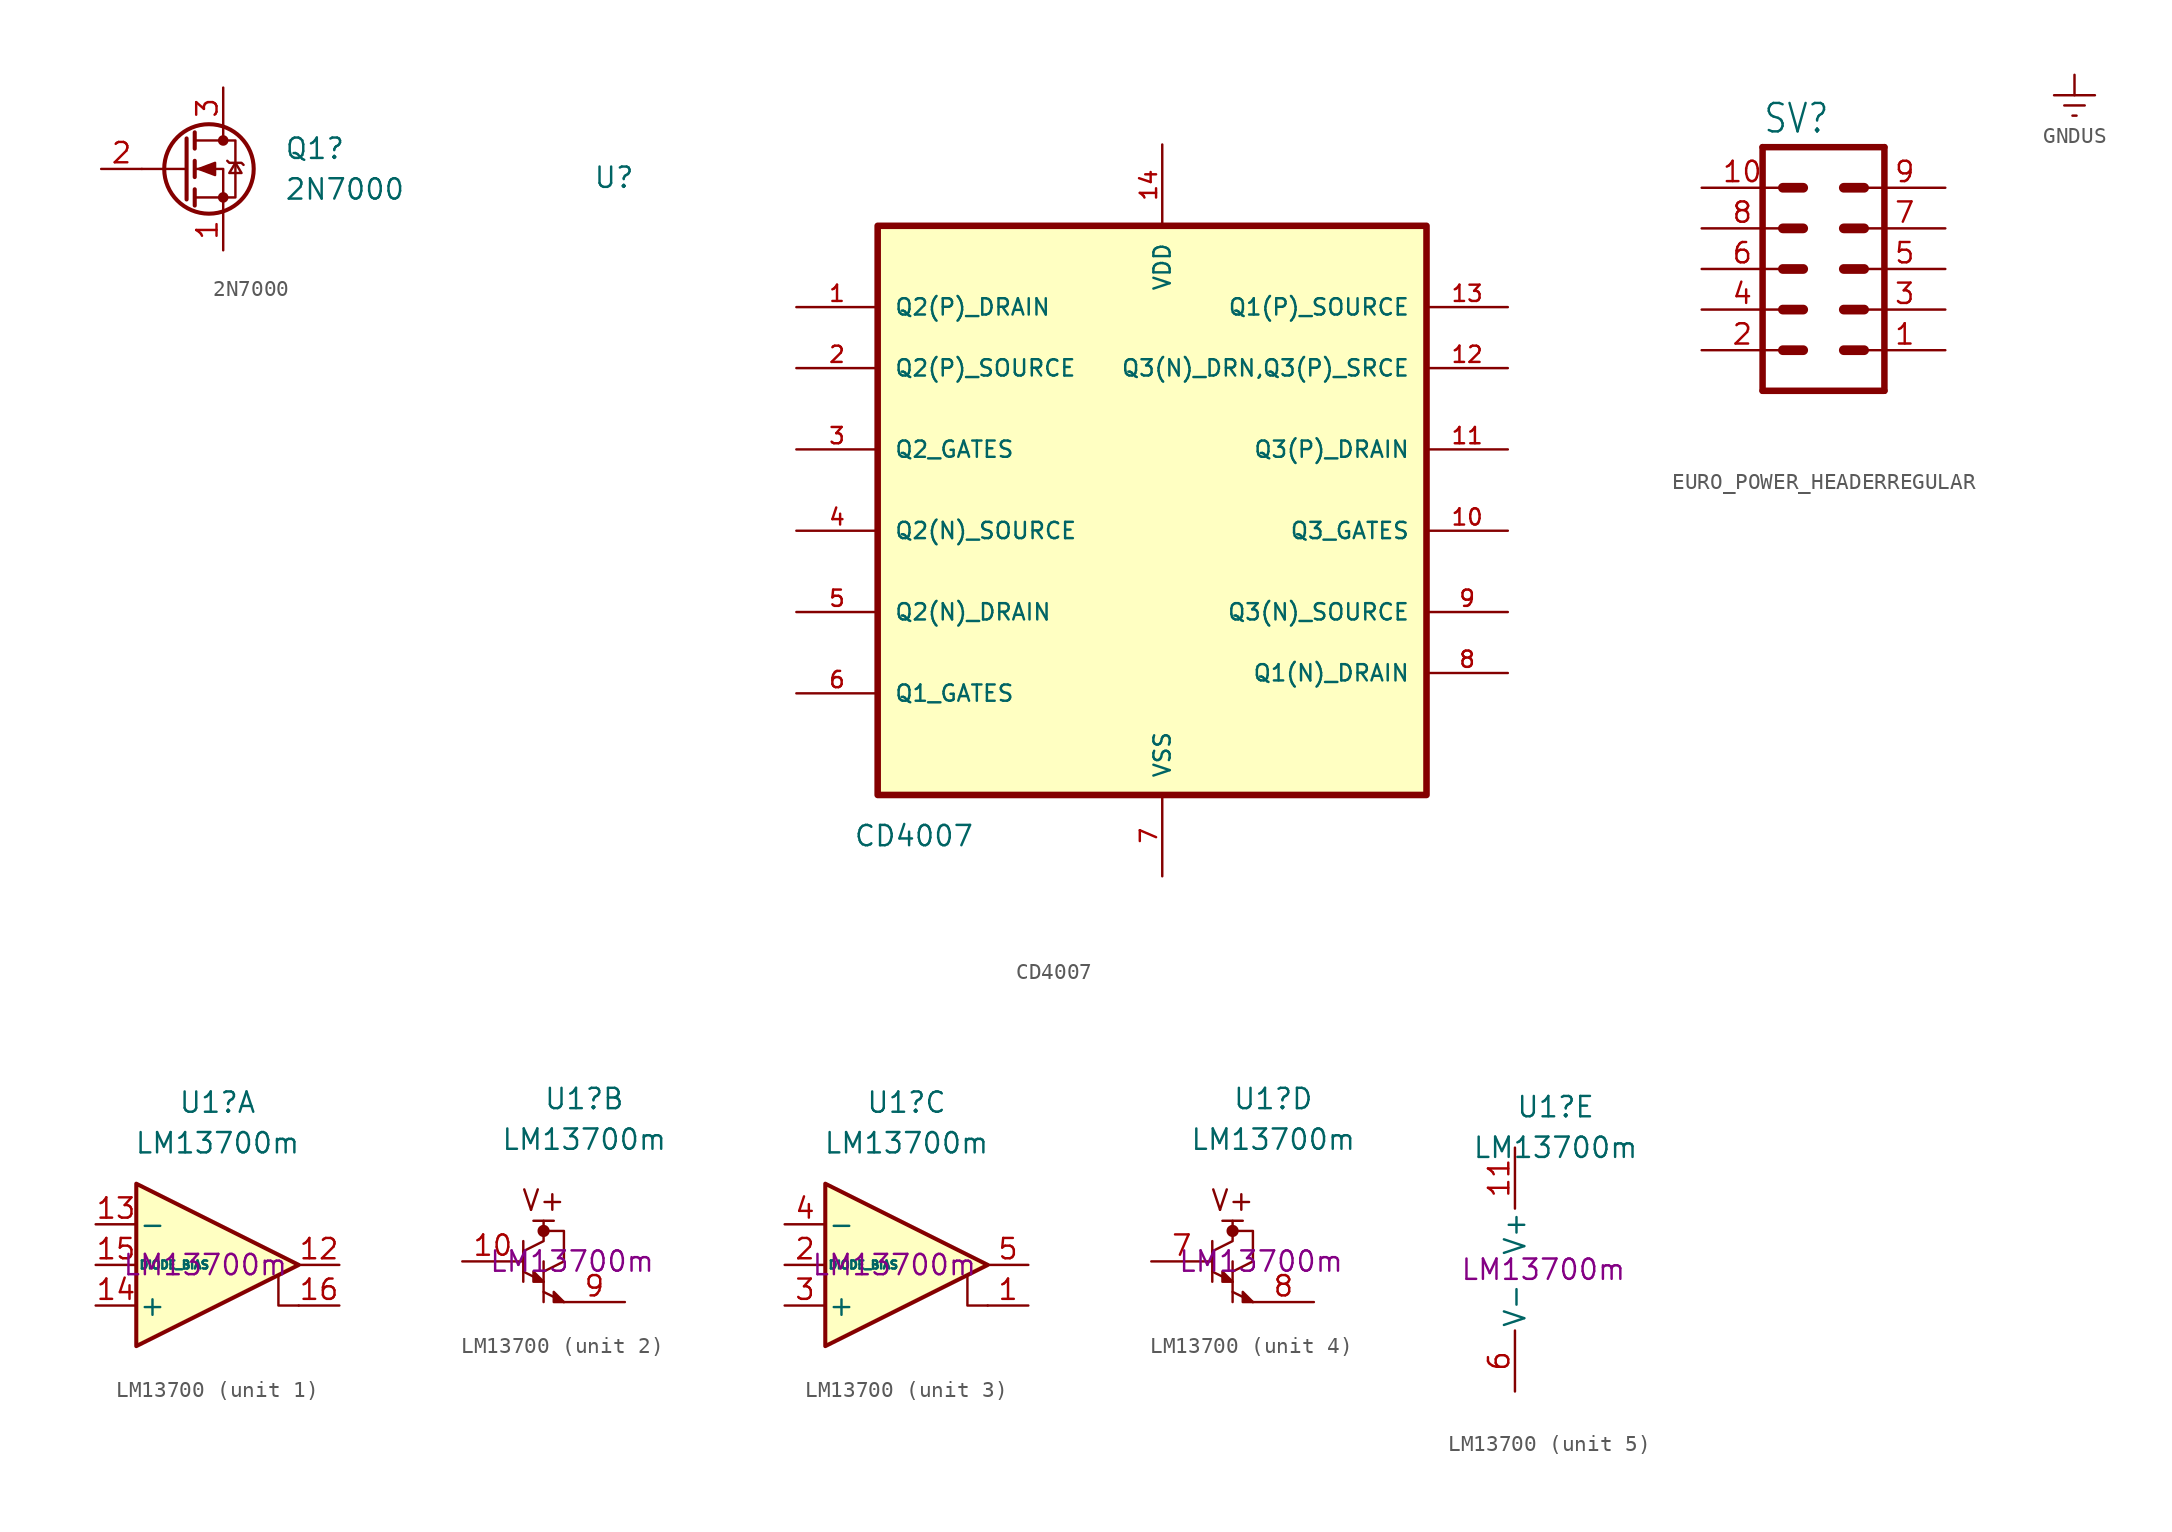
<source format=kicad_sym>
(kicad_symbol_lib
  (version 20241209)
  (generator "kicad_symbol_editor")
  (generator_version "9.0")
  (symbol "2N7000"
    (pin_names
      (hide yes))
    (property "Reference" "Q1"
      (at 6.35 1.27 0)
      (effects (font (size 1.27 1.27)) (justify left)))
    (property "Value" "2N7000"
      (at 6.35 -1.27 0)
      (effects (font (size 1.27 1.27)) (justify left)))
    (symbol "2N7000_0_1"
      (polyline (pts (xy 0.254 1.905) (xy 0.254 -1.905)) (stroke (width 0.254) (type default)) (fill (type none)))
      (polyline (pts (xy 0.254 0) (xy -2.54 0)) (stroke (width 0) (type default)) (fill (type none)))
      (polyline (pts (xy 0.762 2.286) (xy 0.762 1.27)) (stroke (width 0.254) (type default)) (fill (type none)))
      (polyline (pts (xy 0.762 0.508) (xy 0.762 -0.508)) (stroke (width 0.254) (type default)) (fill (type none)))
      (polyline (pts (xy 0.762 -1.27) (xy 0.762 -2.286)) (stroke (width 0.254) (type default)) (fill (type none)))
      (polyline (pts (xy 0.762 -1.778) (xy 3.302 -1.778) (xy 3.302 1.778) (xy 0.762 1.778)) (stroke (width 0) (type default)) (fill (type none)))
      (polyline (pts (xy 1.016 0) (xy 2.032 0.381) (xy 2.032 -0.381) (xy 1.016 0)) (stroke (width 0) (type default)) (fill (type outline)))
      (circle (center 1.651 0) (radius 2.794) (stroke (width 0.254) (type default)) (fill (type none)))
      (polyline (pts (xy 2.54 2.54) (xy 2.54 1.778)) (stroke (width 0) (type default)) (fill (type none)))
      (circle (center 2.54 1.778) (radius 0.254) (stroke (width 0) (type default)) (fill (type outline)))
      (circle (center 2.54 -1.778) (radius 0.254) (stroke (width 0) (type default)) (fill (type outline)))
      (polyline (pts (xy 2.54 -2.54) (xy 2.54 0) (xy 0.762 0)) (stroke (width 0) (type default)) (fill (type none)))
      (polyline (pts (xy 2.794 0.508) (xy 2.921 0.381) (xy 3.683 0.381) (xy 3.81 0.254)) (stroke (width 0) (type default)) (fill (type none)))
      (polyline (pts (xy 3.302 0.381) (xy 2.921 -0.254) (xy 3.683 -0.254) (xy 3.302 0.381)) (stroke (width 0) (type default)) (fill (type none))))
    (symbol "2N7000_1_1"
      (pin input line (at -5.08 0 0) (length 2.54) (name "G" (effects (font (size 1.27 1.27)))) (number "2" (effects (font (size 1.27 1.27)))))
      (pin passive line (at 2.54 5.08 270) (length 2.54) (name "D" (effects (font (size 1.27 1.27)))) (number "3" (effects (font (size 1.27 1.27)))))
      (pin passive line (at 2.54 -5.08 90) (length 2.54) (name "S" (effects (font (size 1.27 1.27)))) (number "1" (effects (font (size 1.27 1.27)))))))
  (symbol "CD4007"
    (pin_names
      (offset 1.016))
    (property "Reference" "U"
      (at -35.56 18.78 0)
      (effects (font (size 1.27 1.27)) (justify left bottom)))
    (property "Value" "CD4007"
      (at -19.304 -22.352 0)
      (effects (font (size 1.27 1.27)) (justify left bottom)))
    (symbol "CD4007_0_0"
      (rectangle (start -17.78 16.51) (end 16.51 -19.05) (stroke (width 0.41) (type default)) (fill (type background)))
      (pin input line (at -22.86 7.62 0) (length 5.08) (name "Q2(P)_SOURCE" (effects (font (size 1.016 1.016)))) (number "2" (effects (font (size 1.016 1.016)))))
      (pin input line (at -22.86 2.54 0) (length 5.08) (name "Q2_GATES" (effects (font (size 1.016 1.016)))) (number "3" (effects (font (size 1.016 1.016)))))
      (pin input line (at -22.86 -2.54 0) (length 5.08) (name "Q2(N)_SOURCE" (effects (font (size 1.016 1.016)))) (number "4" (effects (font (size 1.016 1.016)))))
      (pin input line (at -22.86 -12.7 0) (length 5.08) (name "Q1_GATES" (effects (font (size 1.016 1.016)))) (number "6" (effects (font (size 1.016 1.016)))))
      (pin power_in line (at 0 21.59 270) (length 5.08) (name "VDD" (effects (font (size 1.016 1.016)))) (number "14" (effects (font (size 1.016 1.016)))))
      (pin power_in line (at 0 -24.13 90) (length 5.08) (name "VSS" (effects (font (size 1.016 1.016)))) (number "7" (effects (font (size 1.016 1.016)))))
      (pin output line (at 21.59 2.54 180) (length 5.08) (name "Q3(P)_DRAIN" (effects (font (size 1.016 1.016)))) (number "11" (effects (font (size 1.016 1.016)))))
      (pin input line (at 21.59 -2.54 180) (length 5.08) (name "Q3_GATES" (effects (font (size 1.016 1.016)))) (number "10" (effects (font (size 1.016 1.016)))))
      (pin input line (at 21.59 -7.62 180) (length 5.08) (name "Q3(N)_SOURCE" (effects (font (size 1.016 1.016)))) (number "9" (effects (font (size 1.016 1.016)))))
      (pin output line (at 21.59 -11.43 180) (length 5.08) (name "Q1(N)_DRAIN" (effects (font (size 1.016 1.016)))) (number "8" (effects (font (size 1.016 1.016))))))
    (symbol "CD4007_1_0"
      (pin output line (at -22.86 11.43 0) (length 5.08) (name "Q2(P)_DRAIN" (effects (font (size 1.016 1.016)))) (number "1" (effects (font (size 1.016 1.016)))))
      (pin output line (at -22.86 -7.62 0) (length 5.08) (name "Q2(N)_DRAIN" (effects (font (size 1.016 1.016)))) (number "5" (effects (font (size 1.016 1.016)))))
      (pin input line (at 21.59 11.43 180) (length 5.08) (name "Q1(P)_SOURCE" (effects (font (size 1.016 1.016)))) (number "13" (effects (font (size 1.016 1.016)))))
      (pin input line (at 21.59 7.62 180) (length 5.08) (name "Q3(N)_DRN,Q3(P)_SRCE" (effects (font (size 1.016 1.016)))) (number "12" (effects (font (size 1.016 1.016)))))))
  (symbol "EURO_POWER_HEADERREGULAR"
    (property "Reference" "SV"
      (at -3.81 8.382 0)
      (effects (font (size 1.778 1.511)) (justify left bottom)))
    (property "Value" ""
      (at -3.81 -10.16 0)
      (effects (font (size 1.778 1.511)) (justify left bottom)))
    (property "ki_locked" ""
      (at 0 0 0)
      (effects (font (size 1.27 1.27))))
    (symbol "EURO_POWER_HEADERREGULAR_1_0"
      (polyline (pts (xy -3.81 7.62) (xy -3.81 -7.62)) (stroke (width 0.406) (type solid)) (fill (type none)))
      (polyline (pts (xy -3.81 7.62) (xy 3.81 7.62)) (stroke (width 0.406) (type solid)) (fill (type none)))
      (polyline (pts (xy -2.54 5.08) (xy -1.27 5.08)) (stroke (width 0.61) (type solid)) (fill (type none)))
      (polyline (pts (xy -2.54 2.54) (xy -1.27 2.54)) (stroke (width 0.61) (type solid)) (fill (type none)))
      (polyline (pts (xy -2.54 0) (xy -1.27 0)) (stroke (width 0.61) (type solid)) (fill (type none)))
      (polyline (pts (xy -2.54 -2.54) (xy -1.27 -2.54)) (stroke (width 0.61) (type solid)) (fill (type none)))
      (polyline (pts (xy -2.54 -5.08) (xy -1.27 -5.08)) (stroke (width 0.61) (type solid)) (fill (type none)))
      (polyline (pts (xy 1.27 5.08) (xy 2.54 5.08)) (stroke (width 0.61) (type solid)) (fill (type none)))
      (polyline (pts (xy 1.27 2.54) (xy 2.54 2.54)) (stroke (width 0.61) (type solid)) (fill (type none)))
      (polyline (pts (xy 1.27 0) (xy 2.54 0)) (stroke (width 0.61) (type solid)) (fill (type none)))
      (polyline (pts (xy 1.27 -2.54) (xy 2.54 -2.54)) (stroke (width 0.61) (type solid)) (fill (type none)))
      (polyline (pts (xy 1.27 -5.08) (xy 2.54 -5.08)) (stroke (width 0.61) (type solid)) (fill (type none)))
      (polyline (pts (xy 3.81 -7.62) (xy -3.81 -7.62)) (stroke (width 0.406) (type solid)) (fill (type none)))
      (polyline (pts (xy 3.81 -7.62) (xy 3.81 7.62)) (stroke (width 0.406) (type solid)) (fill (type none)))
      (pin passive line (at -7.62 5.08 0) (length 5.08) (name "10" (effects (font (size 0 0)))) (number "10" (effects (font (size 1.27 1.27)))))
      (pin passive line (at -7.62 2.54 0) (length 5.08) (name "8" (effects (font (size 0 0)))) (number "8" (effects (font (size 1.27 1.27)))))
      (pin passive line (at -7.62 0 0) (length 5.08) (name "6" (effects (font (size 0 0)))) (number "6" (effects (font (size 1.27 1.27)))))
      (pin passive line (at -7.62 -2.54 0) (length 5.08) (name "4" (effects (font (size 0 0)))) (number "4" (effects (font (size 1.27 1.27)))))
      (pin passive line (at -7.62 -5.08 0) (length 5.08) (name "2" (effects (font (size 0 0)))) (number "2" (effects (font (size 1.27 1.27)))))
      (pin passive line (at 7.62 5.08 180) (length 5.08) (name "9" (effects (font (size 0 0)))) (number "9" (effects (font (size 1.27 1.27)))))
      (pin passive line (at 7.62 2.54 180) (length 5.08) (name "7" (effects (font (size 0 0)))) (number "7" (effects (font (size 1.27 1.27)))))
      (pin passive line (at 7.62 0 180) (length 5.08) (name "5" (effects (font (size 0 0)))) (number "5" (effects (font (size 1.27 1.27)))))
      (pin passive line (at 7.62 -2.54 180) (length 5.08) (name "3" (effects (font (size 0 0)))) (number "3" (effects (font (size 1.27 1.27)))))
      (pin passive line (at 7.62 -5.08 180) (length 5.08) (name "1" (effects (font (size 0 0)))) (number "1" (effects (font (size 1.27 1.27)))))))
  (symbol "GNDUS"
    (power)
    (pin_names
      (offset 0))
    (property "Reference" "#PWR"
      (at 0 -6.35 0)
      (effects (font (size 1.27 1.27)) (hide yes)))
    (symbol "GNDUS_0_1"
      (polyline (pts (xy -0.635 -1.905) (xy 0.635 -1.905)) (stroke (width 0) (type default)) (fill (type none)))
      (polyline (pts (xy -0.127 -2.54) (xy 0.127 -2.54)) (stroke (width 0) (type default)) (fill (type none)))
      (polyline (pts (xy 0 -1.27) (xy 0 0)) (stroke (width 0) (type default)) (fill (type none)))
      (polyline (pts (xy 1.27 -1.27) (xy -1.27 -1.27)) (stroke (width 0) (type default)) (fill (type none))))
    (symbol "GNDUS_1_1"
      (pin power_in line (at 0 0 270) (length 0) (hide yes) (name "GNDREF" (effects (font (size 1.27 1.27)))) (number "1" (effects (font (size 1.27 1.27)))))))
  (symbol "LM13700"
    (pin_names
      (offset 0.127))
    (property "Reference" "U1"
      (at 0 10.16 0)
      (effects (font (size 1.27 1.27))))
    (property "Value" "LM13700m"
      (at 0 7.62 0)
      (effects (font (size 1.27 1.27))))
    (property "Sim.Name" "LM13700m"
      (at -0.762 0 0)
      (effects (font (size 1.27 1.27))))
    (property "ki_locked" ""
      (at 0 0 0)
      (effects (font (size 1.27 1.27))))
    (symbol "LM13700_1_1"
      (polyline (pts (xy 3.81 -0.635) (xy 3.81 -2.54) (xy 5.08 -2.54)) (stroke (width 0) (type default)) (fill (type none)))
      (polyline (pts (xy 5.08 0) (xy -5.08 -5.08) (xy -5.08 5.08) (xy 5.08 0)) (stroke (width 0.254) (type default)) (fill (type background)))
      (pin input line (at -7.62 2.54 0) (length 2.54) (name "-" (effects (font (size 1.27 1.27)))) (number "13" (effects (font (size 1.27 1.27)))))
      (pin input line (at -7.62 0 0) (length 2.54) (name "DIODE_BIAS" (effects (font (size 0.508 0.508)))) (number "15" (effects (font (size 1.27 1.27)))))
      (pin input line (at -7.62 -2.54 0) (length 2.54) (name "+" (effects (font (size 1.27 1.27)))) (number "14" (effects (font (size 1.27 1.27)))))
      (pin output line (at 7.62 0 180) (length 2.54) (name "~" (effects (font (size 1.27 1.27)))) (number "12" (effects (font (size 1.27 1.27)))))
      (pin input line (at 7.62 -2.54 180) (length 2.54) (name "~" (effects (font (size 1.27 1.27)))) (number "16" (effects (font (size 1.27 1.27))))))
    (symbol "LM13700_2_0"
      (polyline (pts (xy -1.905 2.54) (xy -3.175 2.54)) (stroke (width 0) (type default)) (fill (type none))))
    (symbol "LM13700_2_1"
      (polyline (pts (xy -3.81 1.27) (xy -3.81 -1.27)) (stroke (width 0) (type default)) (fill (type none)))
      (polyline (pts (xy -3.81 0.635) (xy -2.54 1.27) (xy -2.54 1.905) (xy -2.54 2.54)) (stroke (width 0) (type default)) (fill (type none)))
      (polyline (pts (xy -3.81 -0.635) (xy -2.54 -1.27)) (stroke (width 0) (type default)) (fill (type none)))
      (circle (center -2.54 1.905) (radius 0.254) (stroke (width 0.254) (type default)) (fill (type outline)))
      (polyline (pts (xy -2.54 0) (xy -2.54 -2.54)) (stroke (width 0) (type default)) (fill (type none)))
      (polyline (pts (xy -2.54 -0.635) (xy -1.27 0) (xy -1.27 1.905) (xy -2.54 1.905)) (stroke (width 0) (type default)) (fill (type none)))
      (polyline (pts (xy -2.54 -1.27) (xy -3.175 -0.635) (xy -3.175 -1.27) (xy -2.54 -1.27)) (stroke (width 0) (type default)) (fill (type outline)))
      (polyline (pts (xy -2.54 -1.905) (xy -1.27 -2.54)) (stroke (width 0) (type default)) (fill (type none)))
      (polyline (pts (xy -1.27 -2.54) (xy -1.905 -1.905) (xy -1.905 -2.54) (xy -1.27 -2.54)) (stroke (width 0) (type default)) (fill (type outline)))
      (text "V+" (at -2.54 3.81 0) (effects (font (size 1.27 1.27))))
      (pin input line (at -7.62 0 0) (length 3.81) (name "~" (effects (font (size 1.27 1.27)))) (number "10" (effects (font (size 1.27 1.27)))))
      (pin output line (at 2.54 -2.54 180) (length 3.81) (name "~" (effects (font (size 1.27 1.27)))) (number "9" (effects (font (size 1.27 1.27))))))
    (symbol "LM13700_3_1"
      (polyline (pts (xy 3.81 -0.635) (xy 3.81 -2.54) (xy 5.08 -2.54)) (stroke (width 0) (type default)) (fill (type none)))
      (polyline (pts (xy 5.08 0) (xy -5.08 -5.08) (xy -5.08 5.08) (xy 5.08 0)) (stroke (width 0.254) (type default)) (fill (type background)))
      (pin input line (at -7.62 2.54 0) (length 2.54) (name "-" (effects (font (size 1.27 1.27)))) (number "4" (effects (font (size 1.27 1.27)))))
      (pin input line (at -7.62 0 0) (length 2.54) (name "DIODE_BIAS" (effects (font (size 0.508 0.508)))) (number "2" (effects (font (size 1.27 1.27)))))
      (pin input line (at -7.62 -2.54 0) (length 2.54) (name "+" (effects (font (size 1.27 1.27)))) (number "3" (effects (font (size 1.27 1.27)))))
      (pin output line (at 7.62 0 180) (length 2.54) (name "~" (effects (font (size 1.27 1.27)))) (number "5" (effects (font (size 1.27 1.27)))))
      (pin input line (at 7.62 -2.54 180) (length 2.54) (name "~" (effects (font (size 1.27 1.27)))) (number "1" (effects (font (size 1.27 1.27))))))
    (symbol "LM13700_4_0"
      (polyline (pts (xy -3.175 2.54) (xy -1.905 2.54)) (stroke (width 0) (type default)) (fill (type none)))
      (text "V+" (at -2.54 3.81 0) (effects (font (size 1.27 1.27)))))
    (symbol "LM13700_4_1"
      (polyline (pts (xy -3.81 1.27) (xy -3.81 -1.27)) (stroke (width 0) (type default)) (fill (type none)))
      (polyline (pts (xy -3.81 0.635) (xy -2.54 1.27) (xy -2.54 2.54)) (stroke (width 0) (type default)) (fill (type none)))
      (polyline (pts (xy -3.81 -0.635) (xy -2.54 -1.27)) (stroke (width 0) (type default)) (fill (type none)))
      (circle (center -2.54 1.905) (radius 0.254) (stroke (width 0.254) (type default)) (fill (type outline)))
      (polyline (pts (xy -2.54 0) (xy -2.54 -2.54)) (stroke (width 0) (type default)) (fill (type none)))
      (polyline (pts (xy -2.54 -0.635) (xy -1.27 0) (xy -1.27 1.905) (xy -2.54 1.905)) (stroke (width 0) (type default)) (fill (type none)))
      (polyline (pts (xy -2.54 -1.27) (xy -3.175 -0.635) (xy -3.175 -1.27) (xy -2.54 -1.27)) (stroke (width 0) (type default)) (fill (type outline)))
      (polyline (pts (xy -2.54 -1.905) (xy -1.27 -2.54)) (stroke (width 0) (type default)) (fill (type none)))
      (polyline (pts (xy -1.27 -2.54) (xy -1.905 -1.905) (xy -1.905 -2.54) (xy -1.27 -2.54)) (stroke (width 0) (type default)) (fill (type outline)))
      (pin input line (at -7.62 0 0) (length 3.81) (name "~" (effects (font (size 1.27 1.27)))) (number "7" (effects (font (size 1.27 1.27)))))
      (pin output line (at 2.54 -2.54 180) (length 3.81) (name "~" (effects (font (size 1.27 1.27)))) (number "8" (effects (font (size 1.27 1.27))))))
    (symbol "LM13700_5_1"
      (pin power_in line (at -2.54 7.62 270) (length 3.81) (name "V+" (effects (font (size 1.27 1.27)))) (number "11" (effects (font (size 1.27 1.27)))))
      (pin power_in line (at -2.54 -7.62 90) (length 3.81) (name "V-" (effects (font (size 1.27 1.27)))) (number "6" (effects (font (size 1.27 1.27))))))))
</source>
